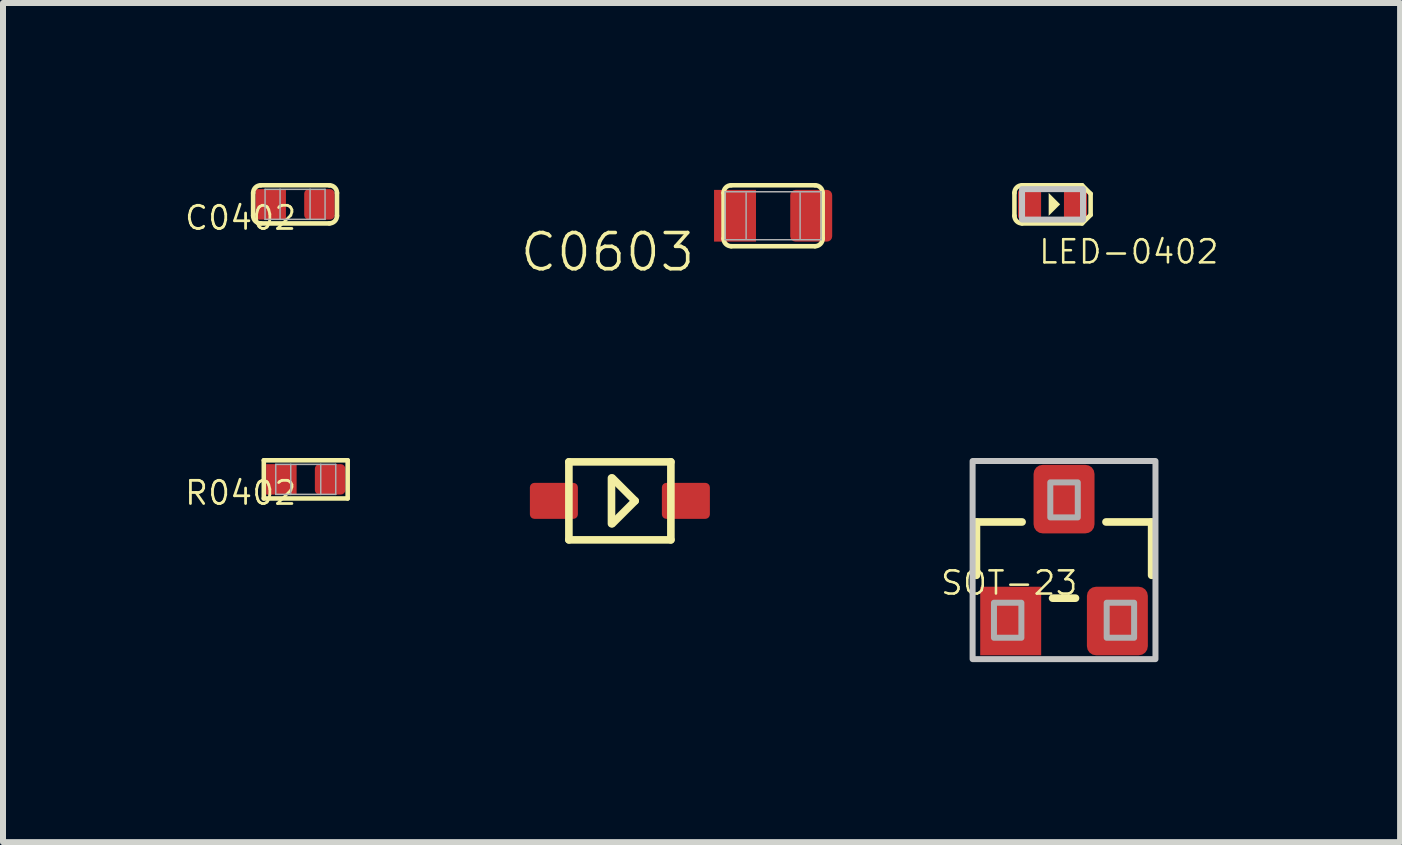
<source format=kicad_pcb>
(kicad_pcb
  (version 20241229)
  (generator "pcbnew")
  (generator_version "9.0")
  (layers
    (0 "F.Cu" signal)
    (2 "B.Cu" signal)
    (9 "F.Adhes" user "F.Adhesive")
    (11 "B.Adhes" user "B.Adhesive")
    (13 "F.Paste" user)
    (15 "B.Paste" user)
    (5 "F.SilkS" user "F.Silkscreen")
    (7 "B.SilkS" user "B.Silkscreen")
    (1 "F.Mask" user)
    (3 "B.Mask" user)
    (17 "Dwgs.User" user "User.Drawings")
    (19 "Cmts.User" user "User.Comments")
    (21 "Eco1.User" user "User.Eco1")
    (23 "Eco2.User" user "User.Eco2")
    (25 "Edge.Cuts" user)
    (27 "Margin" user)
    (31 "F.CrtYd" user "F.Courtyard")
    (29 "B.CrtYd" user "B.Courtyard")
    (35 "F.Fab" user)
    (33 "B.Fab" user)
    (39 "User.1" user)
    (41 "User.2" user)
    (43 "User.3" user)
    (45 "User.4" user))
  (footprint "LED-0402"
    (layer "F.Cu")
    (at 14.493 0.356)
    (property "Reference" "LED-0402" (at -0.254 1.016 0) (layer "F.SilkS") (effects (font (size 0.386 0.386) (thickness 0.042)) (justify left bottom)))
    (attr through_hole)
    (fp_line (start -0.635 0.191) (end -0.635 -0.191) (stroke (width 0.076) (type solid)) (layer "F.SilkS"))
    (fp_line (start -0.508 -0.318) (end 0.493 -0.318) (stroke (width 0.076) (type solid)) (layer "F.SilkS"))
    (fp_line (start 0.493 -0.318) (end 0.635 -0.176) (stroke (width 0.076) (type solid)) (layer "F.SilkS"))
    (fp_line (start 0.493 0.318) (end -0.508 0.318) (stroke (width 0.076) (type solid)) (layer "F.SilkS"))
    (fp_line (start 0.635 -0.176) (end 0.635 0.176) (stroke (width 0.076) (type solid)) (layer "F.SilkS"))
    (fp_line (start 0.635 0.176) (end 0.493 0.318) (stroke (width 0.076) (type solid)) (layer "F.SilkS"))
    (fp_arc (start -0.635 -0.1905) (mid -0.597803 -0.280303) (end -0.508 -0.3175) (stroke (width 0.0762) (type solid)) (layer "F.SilkS"))
    (fp_arc (start -0.508 0.3175) (mid -0.597803 0.280303) (end -0.635 0.1905) (stroke (width 0.0762) (type solid)) (layer "F.SilkS"))
    (fp_poly (pts (xy -0.064 0) (xy -0.064 -0.191) (xy 0.127 0) (xy -0.064 0.191)) (stroke (width 0) (type solid)) (fill yes) (layer "F.SilkS"))
    (fp_poly (pts (xy -0.508 0.254) (xy 0.508 0.254) (xy 0.508 -0.254) (xy -0.508 -0.254)) (stroke (width 0.1) (type solid)) (fill no) (layer "Dwgs.User"))
    (pad "+" smd roundrect (at -0.383 0 90) (size 0.508 0.385) (layers "F.Cu" "F.Mask" "F.Paste") (roundrect_rratio 0.15))
    (pad "-" smd roundrect (at 0.383 0 90) (size 0.508 0.385) (layers "F.Cu" "F.Mask" "F.Paste") (roundrect_rratio 0.15)))
  (footprint "SOD323"
    (layer "F.Cu")
    (at 7.282 5.298)
    (property "Reference" "SOD323" (at -1.27 0.635 180) (layer "F.Mask") (effects (font (size 0.603 0.603) (thickness 0.06)) (justify left bottom)))
    (attr through_hole)
    (fp_line (start -0.85 -0.65) (end 0.85 -0.65) (stroke (width 0.127) (type solid)) (layer "F.SilkS"))
    (fp_line (start -0.85 0.65) (end -0.85 -0.65) (stroke (width 0.127) (type solid)) (layer "F.SilkS"))
    (fp_line (start -0.14 -0.381) (end -0.14 0.381) (stroke (width 0.127) (type solid)) (layer "F.SilkS"))
    (fp_line (start -0.127 -0.381) (end 0.254 0) (stroke (width 0.127) (type solid)) (layer "F.SilkS"))
    (fp_line (start 0.254 0) (end -0.127 0.381) (stroke (width 0.127) (type solid)) (layer "F.SilkS"))
    (fp_line (start 0.85 -0.65) (end 0.85 0.65) (stroke (width 0.127) (type solid)) (layer "F.SilkS"))
    (fp_line (start 0.85 0.65) (end -0.85 0.65) (stroke (width 0.127) (type solid)) (layer "F.SilkS"))
    (pad "+" smd roundrect (at -1.1 0) (size 0.8 0.6) (layers "F.Cu" "F.Mask" "F.Paste") (roundrect_rratio 0.125))
    (pad "-" smd roundrect (at 1.1 0) (size 0.8 0.6) (layers "F.Cu" "F.Mask" "F.Paste") (roundrect_rratio 0.125)))
  (footprint "SOT-23"
    (layer "F.Cu")
    (at 14.685 6.285)
    (property "Reference" "SOT-23" (at -0.914 0.381 180) (layer "F.SilkS") (effects (font (size 0.386 0.386) (thickness 0.042))))
    (attr through_hole)
    (fp_line (start -1.46 -0.635) (end -1.46 0.254) (stroke (width 0.127) (type solid)) (layer "F.SilkS"))
    (fp_line (start -0.699 -0.635) (end -1.46 -0.635) (stroke (width 0.127) (type solid)) (layer "F.SilkS"))
    (fp_line (start -0.191 0.635) (end 0.191 0.635) (stroke (width 0.127) (type solid)) (layer "F.SilkS"))
    (fp_line (start 1.46 -0.635) (end 0.699 -0.635) (stroke (width 0.127) (type solid)) (layer "F.SilkS"))
    (fp_line (start 1.46 0.254) (end 1.46 -0.635) (stroke (width 0.127) (type solid)) (layer "F.SilkS"))
    (fp_poly (pts (xy -1.524 1.651) (xy 1.524 1.651) (xy 1.524 -1.651) (xy -1.524 -1.651)) (stroke (width 0.1) (type solid)) (fill no) (layer "Dwgs.User"))
    (fp_poly (pts (xy -1.168 1.295) (xy -0.711 1.295) (xy -0.711 0.711) (xy -1.168 0.711)) (stroke (width 0.1) (type solid)) (fill no) (layer "F.Fab"))
    (fp_poly (pts (xy -0.229 -0.711) (xy 0.229 -0.711) (xy 0.229 -1.295) (xy -0.229 -1.295)) (stroke (width 0.1) (type solid)) (fill no) (layer "F.Fab"))
    (fp_poly (pts (xy 0.711 1.295) (xy 1.168 1.295) (xy 1.168 0.711) (xy 0.711 0.711)) (stroke (width 0.1) (type solid)) (fill no) (layer "F.Fab"))
    (pad "1" smd rect (at -0.889 1.016 180) (size 1.016 1.143) (layers "F.Cu" "F.Mask" "F.Paste"))
    (pad "2" smd roundrect (at 0.889 1.016) (size 1.016 1.143) (layers "F.Cu" "F.Mask" "F.Paste") (roundrect_rratio 0.15))
    (pad "3" smd roundrect (at 0 -1.016) (size 1.016 1.143) (layers "F.Cu" "F.Mask" "F.Paste") (roundrect_rratio 0.15)))
  (footprint "R0402"
    (layer "F.Cu")
    (at 2.046 4.94)
    (property "Reference" "R0402" (at -0.127 0 180) (layer "F.SilkS") (effects (font (size 0.386 0.386) (thickness 0.046)) (justify right top)))
    (attr through_hole)
    (fp_line (start -0.699 -0.318) (end 0.699 -0.318) (stroke (width 0.076) (type solid)) (layer "F.SilkS"))
    (fp_line (start -0.699 0.318) (end -0.699 -0.318) (stroke (width 0.076) (type solid)) (layer "F.SilkS"))
    (fp_line (start 0.699 -0.318) (end 0.699 0.318) (stroke (width 0.076) (type solid)) (layer "F.SilkS"))
    (fp_line (start 0.699 0.318) (end -0.699 0.318) (stroke (width 0.076) (type solid)) (layer "F.SilkS"))
    (fp_line (start -0.5 -0.25) (end -0.25 -0.25) (stroke (width 0.025) (type solid)) (layer "F.Fab"))
    (fp_line (start -0.5 0.25) (end -0.5 -0.25) (stroke (width 0.025) (type solid)) (layer "F.Fab"))
    (fp_line (start -0.25 -0.25) (end -0.25 0.25) (stroke (width 0.025) (type solid)) (layer "F.Fab"))
    (fp_line (start -0.25 -0.25) (end 0.25 -0.25) (stroke (width 0.025) (type solid)) (layer "F.Fab"))
    (fp_line (start -0.25 0.25) (end -0.5 0.25) (stroke (width 0.025) (type solid)) (layer "F.Fab"))
    (fp_line (start 0.25 -0.25) (end 0.25 0.25) (stroke (width 0.025) (type solid)) (layer "F.Fab"))
    (fp_line (start 0.25 -0.25) (end 0.5 -0.25) (stroke (width 0.025) (type solid)) (layer "F.Fab"))
    (fp_line (start 0.25 0.25) (end -0.25 0.25) (stroke (width 0.025) (type solid)) (layer "F.Fab"))
    (fp_line (start 0.5 -0.25) (end 0.5 0.25) (stroke (width 0.025) (type solid)) (layer "F.Fab"))
    (fp_line (start 0.5 0.25) (end 0.25 0.25) (stroke (width 0.025) (type solid)) (layer "F.Fab"))
    (pad "1" smd rect (at -0.406 0) (size 0.508 0.508) (layers "F.Cu" "F.Mask" "F.Paste"))
    (pad "2" smd roundrect (at 0.406 0) (size 0.508 0.508) (layers "F.Cu" "F.Mask" "F.Paste") (roundrect_rratio 0.15)))
  (footprint "C0402"
    (layer "F.Cu")
    (at 1.868 0.356)
    (property "Reference" "C0402" (at 0.051 0 0) (layer "F.SilkS") (effects (font (size 0.386 0.386) (thickness 0.046)) (justify right top)))
    (attr through_hole)
    (fp_line (start -0.699 0.191) (end -0.699 -0.191) (stroke (width 0.076) (type solid)) (layer "F.SilkS"))
    (fp_line (start -0.572 -0.318) (end 0.572 -0.318) (stroke (width 0.076) (type solid)) (layer "F.SilkS"))
    (fp_line (start 0.572 0.318) (end -0.572 0.318) (stroke (width 0.076) (type solid)) (layer "F.SilkS"))
    (fp_line (start 0.699 -0.191) (end 0.699 0.191) (stroke (width 0.076) (type solid)) (layer "F.SilkS"))
    (fp_arc (start -0.6985 -0.1905) (mid -0.661303 -0.280303) (end -0.5715 -0.3175) (stroke (width 0.0762) (type solid)) (layer "F.SilkS"))
    (fp_arc (start -0.5715 0.3175) (mid -0.661303 0.280303) (end -0.6985 0.1905) (stroke (width 0.0762) (type solid)) (layer "F.SilkS"))
    (fp_arc (start 0.5715 -0.3175) (mid 0.661303 -0.280303) (end 0.6985 -0.1905) (stroke (width 0.0762) (type solid)) (layer "F.SilkS"))
    (fp_arc (start 0.6985 0.1905) (mid 0.661303 0.280303) (end 0.5715 0.3175) (stroke (width 0.0762) (type solid)) (layer "F.SilkS"))
    (fp_line (start -0.5 -0.25) (end -0.25 -0.25) (stroke (width 0.025) (type solid)) (layer "F.Fab"))
    (fp_line (start -0.5 0.25) (end -0.5 -0.25) (stroke (width 0.025) (type solid)) (layer "F.Fab"))
    (fp_line (start -0.25 -0.25) (end -0.25 0.25) (stroke (width 0.025) (type solid)) (layer "F.Fab"))
    (fp_line (start -0.25 -0.25) (end 0.25 -0.25) (stroke (width 0.025) (type solid)) (layer "F.Fab"))
    (fp_line (start -0.25 0.25) (end -0.5 0.25) (stroke (width 0.025) (type solid)) (layer "F.Fab"))
    (fp_line (start 0.25 -0.25) (end 0.25 0.25) (stroke (width 0.025) (type solid)) (layer "F.Fab"))
    (fp_line (start 0.25 -0.25) (end 0.5 -0.25) (stroke (width 0.025) (type solid)) (layer "F.Fab"))
    (fp_line (start 0.25 0.25) (end -0.25 0.25) (stroke (width 0.025) (type solid)) (layer "F.Fab"))
    (fp_line (start 0.5 -0.25) (end 0.5 0.25) (stroke (width 0.025) (type solid)) (layer "F.Fab"))
    (fp_line (start 0.5 0.25) (end 0.25 0.25) (stroke (width 0.025) (type solid)) (layer "F.Fab"))
    (pad "1" smd rect (at -0.406 0) (size 0.508 0.508) (layers "F.Cu" "F.Mask" "F.Paste"))
    (pad "2" smd roundrect (at 0.406 0) (size 0.508 0.508) (layers "F.Cu" "F.Mask" "F.Paste") (roundrect_rratio 0.15)))
  (footprint "C0603"
    (layer "F.Cu")
    (at 9.836 0.546)
    (property "Reference" "C0603" (at -1.27 0.254 180) (layer "F.SilkS") (effects (font (size 0.603 0.603) (thickness 0.06)) (justify right top)))
    (attr through_hole)
    (fp_line (start -0.826 -0.381) (end -0.826 0.381) (stroke (width 0.076) (type solid)) (layer "F.SilkS"))
    (fp_line (start -0.699 0.508) (end 0.699 0.508) (stroke (width 0.076) (type solid)) (layer "F.SilkS"))
    (fp_line (start 0.699 -0.508) (end -0.699 -0.508) (stroke (width 0.076) (type solid)) (layer "F.SilkS"))
    (fp_line (start 0.826 0.381) (end 0.826 -0.381) (stroke (width 0.076) (type solid)) (layer "F.SilkS"))
    (fp_arc (start -0.8255 -0.381) (mid -0.788303 -0.470803) (end -0.6985 -0.508) (stroke (width 0.0762) (type solid)) (layer "F.SilkS"))
    (fp_arc (start -0.6985 0.508) (mid -0.788303 0.470803) (end -0.8255 0.381) (stroke (width 0.0762) (type solid)) (layer "F.SilkS"))
    (fp_arc (start 0.6985 -0.508) (mid 0.788303 -0.470803) (end 0.8255 -0.381) (stroke (width 0.0762) (type solid)) (layer "F.SilkS"))
    (fp_arc (start 0.8255 0.381) (mid 0.788303 0.470803) (end 0.6985 0.508) (stroke (width 0.0762) (type solid)) (layer "F.SilkS"))
    (fp_line (start -0.8 -0.4) (end 0.8 -0.4) (stroke (width 0.025) (type solid)) (layer "F.Fab"))
    (fp_line (start -0.8 0.4) (end -0.8 -0.4) (stroke (width 0.025) (type solid)) (layer "F.Fab"))
    (fp_line (start -0.45 -0.381) (end -0.45 0.381) (stroke (width 0.025) (type solid)) (layer "F.Fab"))
    (fp_line (start 0.45 -0.381) (end 0.45 0.381) (stroke (width 0.025) (type solid)) (layer "F.Fab"))
    (fp_line (start 0.8 -0.4) (end 0.8 0.4) (stroke (width 0.025) (type solid)) (layer "F.Fab"))
    (fp_line (start 0.8 0.4) (end -0.8 0.4) (stroke (width 0.025) (type solid)) (layer "F.Fab"))
    (pad "1" smd rect (at -0.635 0) (size 0.699 0.862) (layers "F.Cu" "F.Mask" "F.Paste"))
    (pad "2" smd roundrect (at 0.635 0) (size 0.699 0.862) (layers "F.Cu" "F.Mask" "F.Paste") (roundrect_rratio 0.125)))
  (gr_rect
    (start -3 -3)
    (end 20.286 10.986)
    (stroke (width 0.1) (type default))
    (fill no)
    (layer "Edge.Cuts")))
</source>
